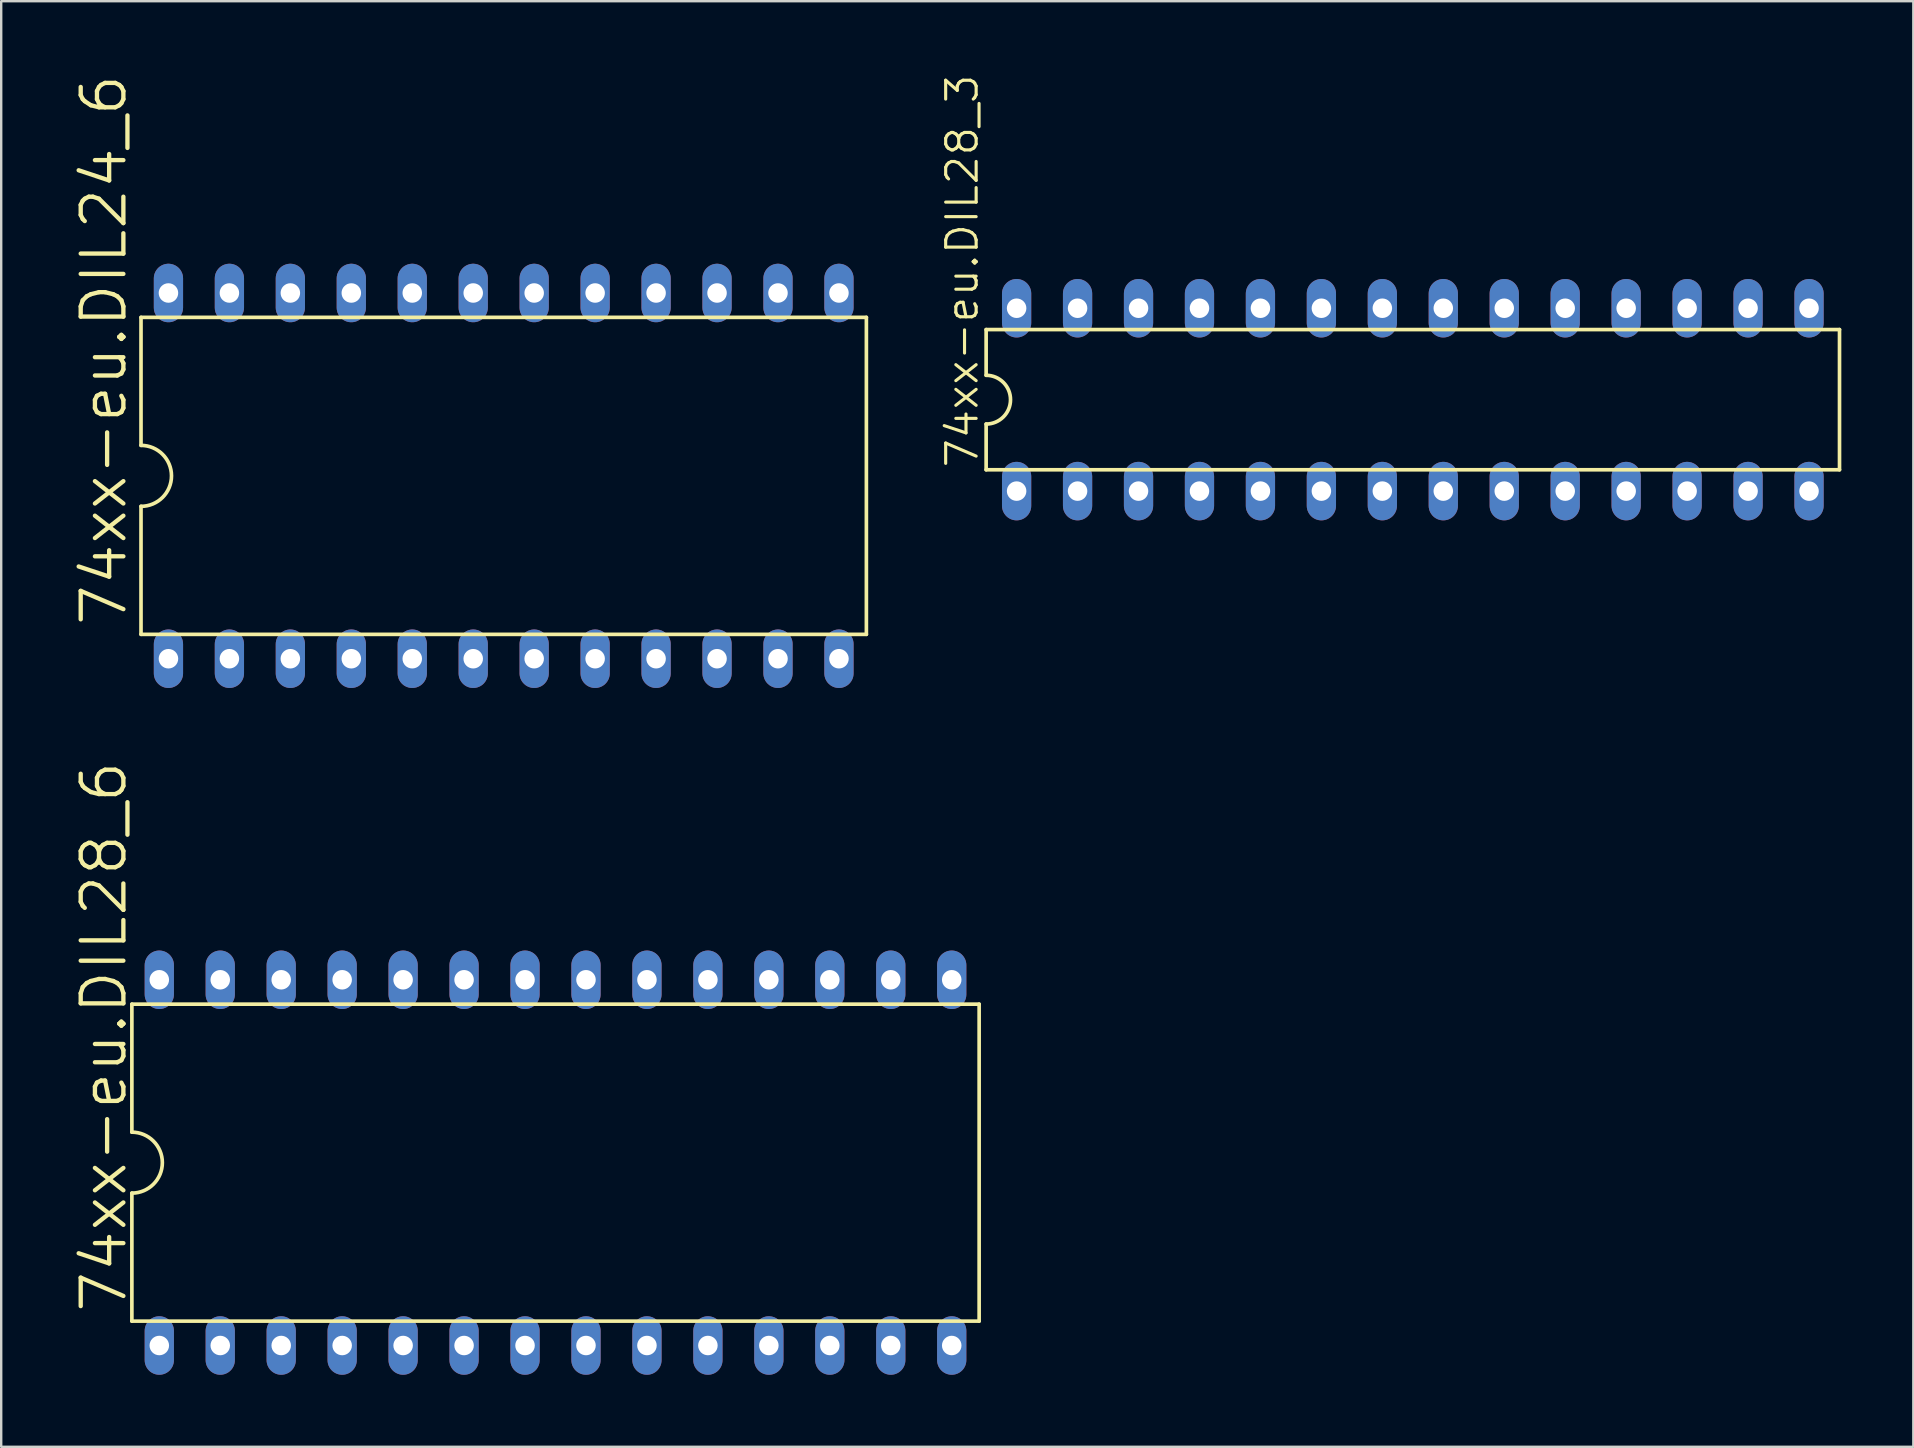
<source format=kicad_pcb>
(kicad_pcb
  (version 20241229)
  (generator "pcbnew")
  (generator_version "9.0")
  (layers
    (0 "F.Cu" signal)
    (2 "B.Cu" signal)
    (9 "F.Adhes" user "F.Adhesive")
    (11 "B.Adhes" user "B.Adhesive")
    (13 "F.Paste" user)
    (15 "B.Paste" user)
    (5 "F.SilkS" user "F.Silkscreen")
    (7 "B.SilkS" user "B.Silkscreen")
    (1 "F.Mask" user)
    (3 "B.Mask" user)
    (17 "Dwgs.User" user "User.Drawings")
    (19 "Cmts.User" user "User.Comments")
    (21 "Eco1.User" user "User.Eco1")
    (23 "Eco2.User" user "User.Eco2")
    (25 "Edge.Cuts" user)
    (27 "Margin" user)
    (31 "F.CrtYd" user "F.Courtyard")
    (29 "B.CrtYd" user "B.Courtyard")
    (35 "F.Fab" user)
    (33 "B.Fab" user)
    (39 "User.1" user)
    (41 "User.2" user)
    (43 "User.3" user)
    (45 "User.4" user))
  (footprint "74xx-eu.DIL28_6"
    (layer "F.Cu")
    (at 20.098 45.397)
    (property "Reference" "74xx-eu.DIL28_6" (at -17.78 6.35 90) (layer "F.SilkS") (effects (font (size 1.778 1.778) (thickness 0.18)) (justify left bottom)))
    (attr through_hole)
    (fp_line (start -17.653 -6.604) (end -17.653 -1.27) (stroke (width 0.152) (type default)) (layer "F.SilkS"))
    (fp_line (start -17.653 -6.604) (end 17.653 -6.604) (stroke (width 0.152) (type default)) (layer "F.SilkS"))
    (fp_line (start -17.653 1.27) (end -17.653 6.604) (stroke (width 0.152) (type default)) (layer "F.SilkS"))
    (fp_line (start -17.653 6.604) (end 17.653 6.604) (stroke (width 0.152) (type default)) (layer "F.SilkS"))
    (fp_line (start 17.653 6.604) (end 17.653 -6.604) (stroke (width 0.152) (type default)) (layer "F.SilkS"))
    (fp_arc (start -17.653 -1.27) (mid -16.383 0) (end -17.653 1.27) (stroke (width 0.1524) (type default)) (layer "F.SilkS"))
    (pad "1" thru_hole oval (at -16.51 7.62 90) (size 2.438 1.219) (drill 0.813) (layers "*.Cu" "*.Mask"))
    (pad "2" thru_hole oval (at -13.97 7.62 90) (size 2.438 1.219) (drill 0.813) (layers "*.Cu" "*.Mask"))
    (pad "3" thru_hole oval (at -11.43 7.62 90) (size 2.438 1.219) (drill 0.813) (layers "*.Cu" "*.Mask"))
    (pad "4" thru_hole oval (at -8.89 7.62 90) (size 2.438 1.219) (drill 0.813) (layers "*.Cu" "*.Mask"))
    (pad "5" thru_hole oval (at -6.35 7.62 90) (size 2.438 1.219) (drill 0.813) (layers "*.Cu" "*.Mask"))
    (pad "6" thru_hole oval (at -3.81 7.62 90) (size 2.438 1.219) (drill 0.813) (layers "*.Cu" "*.Mask"))
    (pad "7" thru_hole oval (at -1.27 7.62 90) (size 2.438 1.219) (drill 0.813) (layers "*.Cu" "*.Mask"))
    (pad "8" thru_hole oval (at 1.27 7.62 90) (size 2.438 1.219) (drill 0.813) (layers "*.Cu" "*.Mask"))
    (pad "9" thru_hole oval (at 3.81 7.62 90) (size 2.438 1.219) (drill 0.813) (layers "*.Cu" "*.Mask"))
    (pad "10" thru_hole oval (at 6.35 7.62 90) (size 2.438 1.219) (drill 0.813) (layers "*.Cu" "*.Mask"))
    (pad "11" thru_hole oval (at 8.89 7.62 90) (size 2.438 1.219) (drill 0.813) (layers "*.Cu" "*.Mask"))
    (pad "12" thru_hole oval (at 11.43 7.62 90) (size 2.438 1.219) (drill 0.813) (layers "*.Cu" "*.Mask"))
    (pad "13" thru_hole oval (at 13.97 7.62 90) (size 2.438 1.219) (drill 0.813) (layers "*.Cu" "*.Mask"))
    (pad "14" thru_hole oval (at 16.51 7.62 90) (size 2.438 1.219) (drill 0.813) (layers "*.Cu" "*.Mask"))
    (pad "15" thru_hole oval (at 16.51 -7.62 90) (size 2.438 1.219) (drill 0.813) (layers "*.Cu" "*.Mask"))
    (pad "16" thru_hole oval (at 13.97 -7.62 90) (size 2.438 1.219) (drill 0.813) (layers "*.Cu" "*.Mask"))
    (pad "17" thru_hole oval (at 11.43 -7.62 90) (size 2.438 1.219) (drill 0.813) (layers "*.Cu" "*.Mask"))
    (pad "18" thru_hole oval (at 8.89 -7.62 90) (size 2.438 1.219) (drill 0.813) (layers "*.Cu" "*.Mask"))
    (pad "19" thru_hole oval (at 6.35 -7.62 90) (size 2.438 1.219) (drill 0.813) (layers "*.Cu" "*.Mask"))
    (pad "20" thru_hole oval (at 3.81 -7.62 90) (size 2.438 1.219) (drill 0.813) (layers "*.Cu" "*.Mask"))
    (pad "21" thru_hole oval (at 1.27 -7.62 90) (size 2.438 1.219) (drill 0.813) (layers "*.Cu" "*.Mask"))
    (pad "22" thru_hole oval (at -1.27 -7.62 90) (size 2.438 1.219) (drill 0.813) (layers "*.Cu" "*.Mask"))
    (pad "23" thru_hole oval (at -3.81 -7.62 90) (size 2.438 1.219) (drill 0.813) (layers "*.Cu" "*.Mask"))
    (pad "24" thru_hole oval (at -6.35 -7.62 90) (size 2.438 1.219) (drill 0.813) (layers "*.Cu" "*.Mask"))
    (pad "25" thru_hole oval (at -8.89 -7.62 90) (size 2.438 1.219) (drill 0.813) (layers "*.Cu" "*.Mask"))
    (pad "26" thru_hole oval (at -11.43 -7.62 90) (size 2.438 1.219) (drill 0.813) (layers "*.Cu" "*.Mask"))
    (pad "27" thru_hole oval (at -13.97 -7.62 90) (size 2.438 1.219) (drill 0.813) (layers "*.Cu" "*.Mask"))
    (pad "28" thru_hole oval (at -16.51 -7.62 90) (size 2.438 1.219) (drill 0.813) (layers "*.Cu" "*.Mask")))
  (footprint "74xx-eu.DIL28_3"
    (layer "F.Cu")
    (at 55.822 13.604)
    (property "Reference" "74xx-eu.DIL28_3" (at -18.034 2.921 90) (layer "F.SilkS") (effects (font (size 1.27 1.27) (thickness 0.13)) (justify left bottom)))
    (attr through_hole)
    (fp_line (start -17.78 -2.921) (end -17.78 -1.016) (stroke (width 0.152) (type default)) (layer "F.SilkS"))
    (fp_line (start -17.78 2.921) (end -17.78 1.016) (stroke (width 0.152) (type default)) (layer "F.SilkS"))
    (fp_line (start -17.78 2.921) (end 17.78 2.921) (stroke (width 0.152) (type default)) (layer "F.SilkS"))
    (fp_line (start 17.78 -2.921) (end -17.78 -2.921) (stroke (width 0.152) (type default)) (layer "F.SilkS"))
    (fp_line (start 17.78 -2.921) (end 17.78 2.921) (stroke (width 0.152) (type default)) (layer "F.SilkS"))
    (fp_arc (start -17.78 -1.016) (mid -16.764 0) (end -17.78 1.016) (stroke (width 0.1524) (type default)) (layer "F.SilkS"))
    (pad "1" thru_hole oval (at -16.51 3.81 90) (size 2.438 1.219) (drill 0.813) (layers "*.Cu" "*.Mask"))
    (pad "2" thru_hole oval (at -13.97 3.81 90) (size 2.438 1.219) (drill 0.813) (layers "*.Cu" "*.Mask"))
    (pad "3" thru_hole oval (at -11.43 3.81 90) (size 2.438 1.219) (drill 0.813) (layers "*.Cu" "*.Mask"))
    (pad "4" thru_hole oval (at -8.89 3.81 90) (size 2.438 1.219) (drill 0.813) (layers "*.Cu" "*.Mask"))
    (pad "5" thru_hole oval (at -6.35 3.81 90) (size 2.438 1.219) (drill 0.813) (layers "*.Cu" "*.Mask"))
    (pad "6" thru_hole oval (at -3.81 3.81 90) (size 2.438 1.219) (drill 0.813) (layers "*.Cu" "*.Mask"))
    (pad "7" thru_hole oval (at -1.27 3.81 90) (size 2.438 1.219) (drill 0.813) (layers "*.Cu" "*.Mask"))
    (pad "8" thru_hole oval (at 1.27 3.81 90) (size 2.438 1.219) (drill 0.813) (layers "*.Cu" "*.Mask"))
    (pad "9" thru_hole oval (at 3.81 3.81 90) (size 2.438 1.219) (drill 0.813) (layers "*.Cu" "*.Mask"))
    (pad "10" thru_hole oval (at 6.35 3.81 90) (size 2.438 1.219) (drill 0.813) (layers "*.Cu" "*.Mask"))
    (pad "11" thru_hole oval (at 8.89 3.81 90) (size 2.438 1.219) (drill 0.813) (layers "*.Cu" "*.Mask"))
    (pad "12" thru_hole oval (at 11.43 3.81 90) (size 2.438 1.219) (drill 0.813) (layers "*.Cu" "*.Mask"))
    (pad "13" thru_hole oval (at 13.97 3.81 90) (size 2.438 1.219) (drill 0.813) (layers "*.Cu" "*.Mask"))
    (pad "14" thru_hole oval (at 16.51 3.81 90) (size 2.438 1.219) (drill 0.813) (layers "*.Cu" "*.Mask"))
    (pad "15" thru_hole oval (at 16.51 -3.81 90) (size 2.438 1.219) (drill 0.813) (layers "*.Cu" "*.Mask"))
    (pad "16" thru_hole oval (at 13.97 -3.81 90) (size 2.438 1.219) (drill 0.813) (layers "*.Cu" "*.Mask"))
    (pad "17" thru_hole oval (at 11.43 -3.81 90) (size 2.438 1.219) (drill 0.813) (layers "*.Cu" "*.Mask"))
    (pad "18" thru_hole oval (at 8.89 -3.81 90) (size 2.438 1.219) (drill 0.813) (layers "*.Cu" "*.Mask"))
    (pad "19" thru_hole oval (at 6.35 -3.81 90) (size 2.438 1.219) (drill 0.813) (layers "*.Cu" "*.Mask"))
    (pad "20" thru_hole oval (at 3.81 -3.81 90) (size 2.438 1.219) (drill 0.813) (layers "*.Cu" "*.Mask"))
    (pad "21" thru_hole oval (at 1.27 -3.81 90) (size 2.438 1.219) (drill 0.813) (layers "*.Cu" "*.Mask"))
    (pad "22" thru_hole oval (at -1.27 -3.81 90) (size 2.438 1.219) (drill 0.813) (layers "*.Cu" "*.Mask"))
    (pad "23" thru_hole oval (at -3.81 -3.81 90) (size 2.438 1.219) (drill 0.813) (layers "*.Cu" "*.Mask"))
    (pad "24" thru_hole oval (at -6.35 -3.81 90) (size 2.438 1.219) (drill 0.813) (layers "*.Cu" "*.Mask"))
    (pad "25" thru_hole oval (at -8.89 -3.81 90) (size 2.438 1.219) (drill 0.813) (layers "*.Cu" "*.Mask"))
    (pad "26" thru_hole oval (at -11.43 -3.81 90) (size 2.438 1.219) (drill 0.813) (layers "*.Cu" "*.Mask"))
    (pad "27" thru_hole oval (at -13.97 -3.81 90) (size 2.438 1.219) (drill 0.813) (layers "*.Cu" "*.Mask"))
    (pad "28" thru_hole oval (at -16.51 -3.81 90) (size 2.438 1.219) (drill 0.813) (layers "*.Cu" "*.Mask")))
  (footprint "74xx-eu.DIL24_6"
    (layer "F.Cu")
    (at 17.939 16.779)
    (property "Reference" "74xx-eu.DIL24_6" (at -15.621 6.35 90) (layer "F.SilkS") (effects (font (size 1.778 1.778) (thickness 0.18)) (justify left bottom)))
    (attr through_hole)
    (fp_line (start -15.113 -6.604) (end -15.113 -1.27) (stroke (width 0.152) (type default)) (layer "F.SilkS"))
    (fp_line (start -15.113 -6.604) (end 15.113 -6.604) (stroke (width 0.152) (type default)) (layer "F.SilkS"))
    (fp_line (start -15.113 1.27) (end -15.113 6.604) (stroke (width 0.152) (type default)) (layer "F.SilkS"))
    (fp_line (start -15.113 6.604) (end 15.113 6.604) (stroke (width 0.152) (type default)) (layer "F.SilkS"))
    (fp_line (start 15.113 6.604) (end 15.113 -6.604) (stroke (width 0.152) (type default)) (layer "F.SilkS"))
    (fp_arc (start -15.113 -1.27) (mid -13.843 0) (end -15.113 1.27) (stroke (width 0.1524) (type default)) (layer "F.SilkS"))
    (pad "1" thru_hole oval (at -13.97 7.62 90) (size 2.438 1.219) (drill 0.813) (layers "*.Cu" "*.Mask"))
    (pad "2" thru_hole oval (at -11.43 7.62 90) (size 2.438 1.219) (drill 0.813) (layers "*.Cu" "*.Mask"))
    (pad "3" thru_hole oval (at -8.89 7.62 90) (size 2.438 1.219) (drill 0.813) (layers "*.Cu" "*.Mask"))
    (pad "4" thru_hole oval (at -6.35 7.62 90) (size 2.438 1.219) (drill 0.813) (layers "*.Cu" "*.Mask"))
    (pad "5" thru_hole oval (at -3.81 7.62 90) (size 2.438 1.219) (drill 0.813) (layers "*.Cu" "*.Mask"))
    (pad "6" thru_hole oval (at -1.27 7.62 90) (size 2.438 1.219) (drill 0.813) (layers "*.Cu" "*.Mask"))
    (pad "7" thru_hole oval (at 1.27 7.62 90) (size 2.438 1.219) (drill 0.813) (layers "*.Cu" "*.Mask"))
    (pad "8" thru_hole oval (at 3.81 7.62 90) (size 2.438 1.219) (drill 0.813) (layers "*.Cu" "*.Mask"))
    (pad "9" thru_hole oval (at 6.35 7.62 90) (size 2.438 1.219) (drill 0.813) (layers "*.Cu" "*.Mask"))
    (pad "10" thru_hole oval (at 8.89 7.62 90) (size 2.438 1.219) (drill 0.813) (layers "*.Cu" "*.Mask"))
    (pad "11" thru_hole oval (at 11.43 7.62 90) (size 2.438 1.219) (drill 0.813) (layers "*.Cu" "*.Mask"))
    (pad "12" thru_hole oval (at 13.97 7.62 90) (size 2.438 1.219) (drill 0.813) (layers "*.Cu" "*.Mask"))
    (pad "13" thru_hole oval (at 13.97 -7.62 90) (size 2.438 1.219) (drill 0.813) (layers "*.Cu" "*.Mask"))
    (pad "14" thru_hole oval (at 11.43 -7.62 90) (size 2.438 1.219) (drill 0.813) (layers "*.Cu" "*.Mask"))
    (pad "15" thru_hole oval (at 8.89 -7.62 90) (size 2.438 1.219) (drill 0.813) (layers "*.Cu" "*.Mask"))
    (pad "16" thru_hole oval (at 6.35 -7.62 90) (size 2.438 1.219) (drill 0.813) (layers "*.Cu" "*.Mask"))
    (pad "17" thru_hole oval (at 3.81 -7.62 90) (size 2.438 1.219) (drill 0.813) (layers "*.Cu" "*.Mask"))
    (pad "18" thru_hole oval (at 1.27 -7.62 90) (size 2.438 1.219) (drill 0.813) (layers "*.Cu" "*.Mask"))
    (pad "19" thru_hole oval (at -1.27 -7.62 90) (size 2.438 1.219) (drill 0.813) (layers "*.Cu" "*.Mask"))
    (pad "20" thru_hole oval (at -3.81 -7.62 90) (size 2.438 1.219) (drill 0.813) (layers "*.Cu" "*.Mask"))
    (pad "21" thru_hole oval (at -6.35 -7.62 90) (size 2.438 1.219) (drill 0.813) (layers "*.Cu" "*.Mask"))
    (pad "22" thru_hole oval (at -8.89 -7.62 90) (size 2.438 1.219) (drill 0.813) (layers "*.Cu" "*.Mask"))
    (pad "23" thru_hole oval (at -11.43 -7.62 90) (size 2.438 1.219) (drill 0.813) (layers "*.Cu" "*.Mask"))
    (pad "24" thru_hole oval (at -13.97 -7.62 90) (size 2.438 1.219) (drill 0.813) (layers "*.Cu" "*.Mask")))
  (gr_rect
    (start -3 -3)
    (end 76.678 57.237)
    (stroke (width 0.1) (type default))
    (fill no)
    (layer "Edge.Cuts")))
</source>
